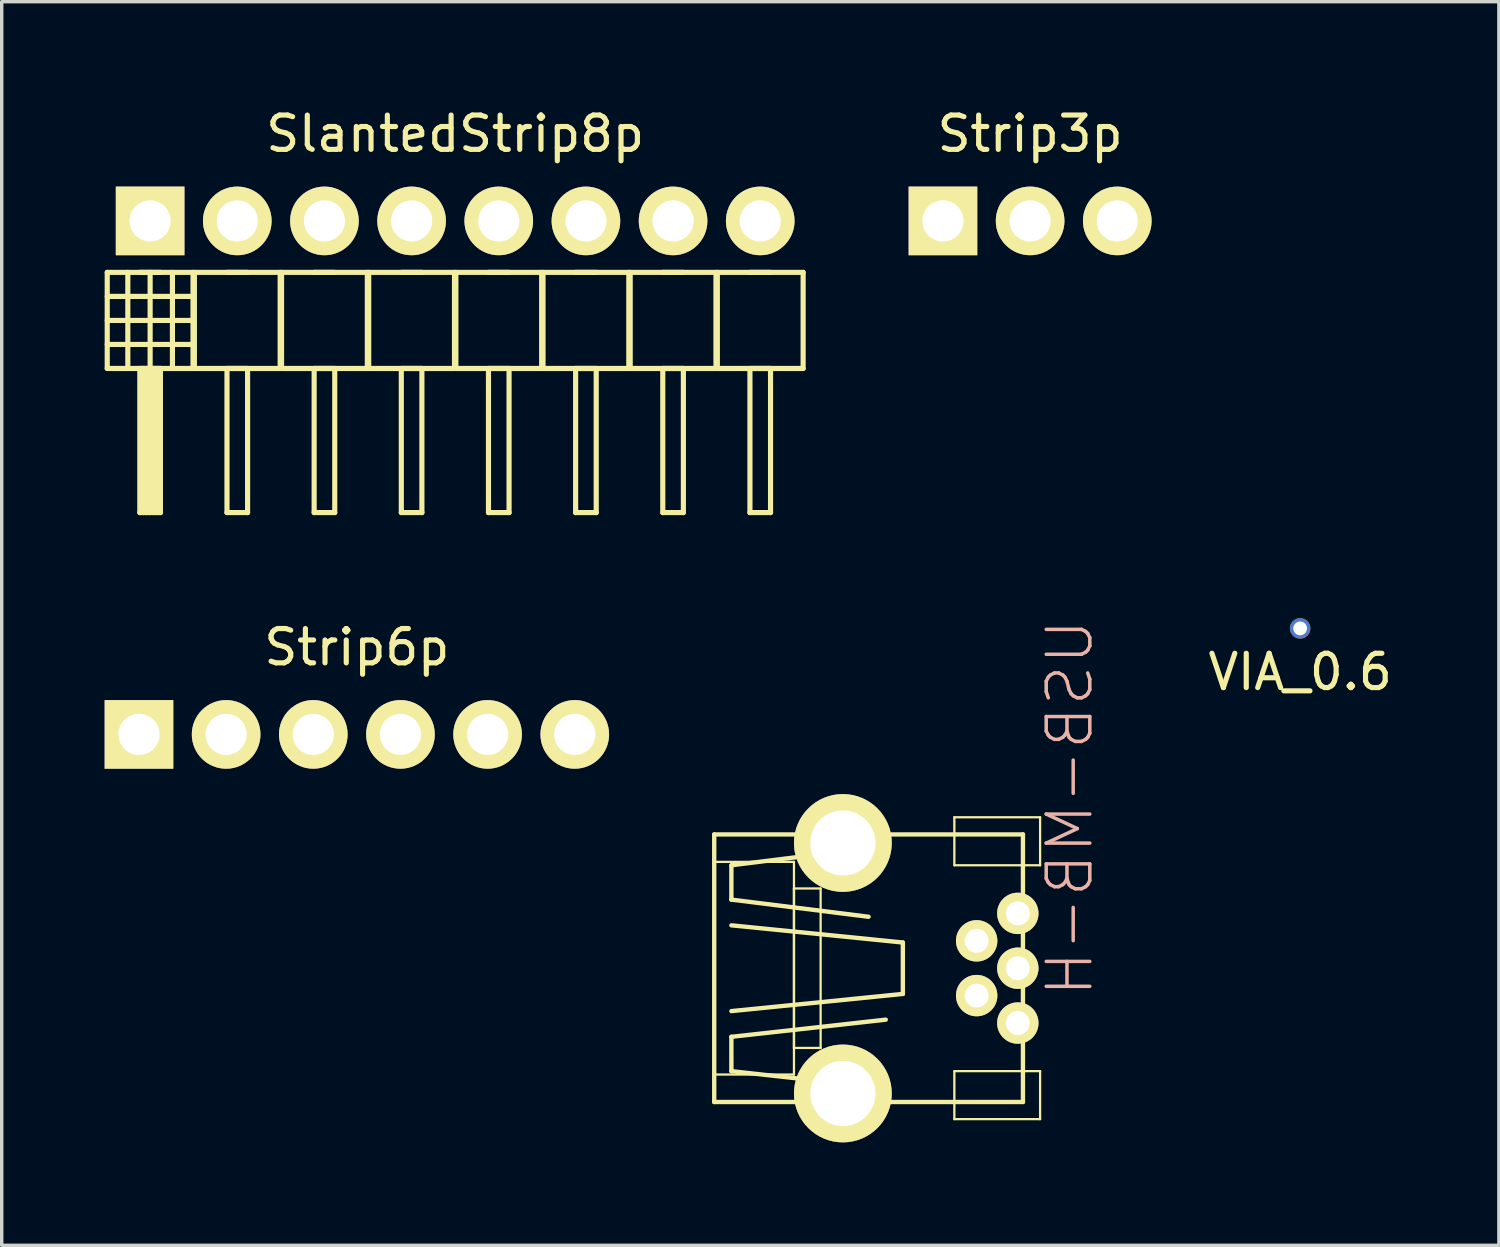
<source format=kicad_pcb>
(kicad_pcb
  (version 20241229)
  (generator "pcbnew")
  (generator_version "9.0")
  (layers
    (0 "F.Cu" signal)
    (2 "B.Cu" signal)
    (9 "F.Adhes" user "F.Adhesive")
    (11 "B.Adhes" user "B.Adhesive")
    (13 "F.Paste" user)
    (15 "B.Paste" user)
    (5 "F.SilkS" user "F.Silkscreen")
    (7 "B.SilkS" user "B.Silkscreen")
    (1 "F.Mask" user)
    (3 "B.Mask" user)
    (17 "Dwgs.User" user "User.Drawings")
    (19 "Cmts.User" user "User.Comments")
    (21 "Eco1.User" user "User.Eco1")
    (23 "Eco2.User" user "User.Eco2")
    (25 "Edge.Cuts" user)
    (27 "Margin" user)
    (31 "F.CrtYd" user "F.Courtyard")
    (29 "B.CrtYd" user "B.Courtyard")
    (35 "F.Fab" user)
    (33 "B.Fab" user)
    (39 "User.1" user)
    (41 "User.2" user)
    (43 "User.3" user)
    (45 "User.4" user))
  (footprint "SlantedStrip8p"
    (layer "F.Cu")
    (at 1.325 3.388)
    (property "Reference" "SlantedStrip8p" (at 8.89 -2.54 0) (layer "F.SilkS") (effects (font (size 1 1) (thickness 0.15))))
    (attr through_hole)
    (fp_line (start -1.25 1.5) (end -1.25 4.3) (stroke (width 0.15) (type solid)) (layer "F.SilkS"))
    (fp_line (start -1.25 1.5) (end 1.25 1.5) (stroke (width 0.15) (type solid)) (layer "F.SilkS"))
    (fp_line (start -1.25 2.2) (end 1.25 2.2) (stroke (width 0.15) (type solid)) (layer "F.SilkS"))
    (fp_line (start -1.25 2.9) (end 1.25 2.9) (stroke (width 0.15) (type solid)) (layer "F.SilkS"))
    (fp_line (start -1.25 3.6) (end 1.25 3.6) (stroke (width 0.15) (type solid)) (layer "F.SilkS"))
    (fp_line (start -1.25 4.3) (end 1.25 4.3) (stroke (width 0.15) (type solid)) (layer "F.SilkS"))
    (fp_line (start -0.65 1.5) (end -0.65 4.3) (stroke (width 0.15) (type solid)) (layer "F.SilkS"))
    (fp_line (start -0.3 4.3) (end -0.3 8.5) (stroke (width 0.15) (type solid)) (layer "F.SilkS"))
    (fp_line (start -0.3 8.5) (end 0.3 8.5) (stroke (width 0.15) (type solid)) (layer "F.SilkS"))
    (fp_line (start -0.2 8.5) (end -0.2 4.3) (stroke (width 0.15) (type solid)) (layer "F.SilkS"))
    (fp_line (start -0.1 4.3) (end -0.1 8.5) (stroke (width 0.15) (type solid)) (layer "F.SilkS"))
    (fp_line (start 0 1.5) (end 0 4.3) (stroke (width 0.15) (type solid)) (layer "F.SilkS"))
    (fp_line (start 0 8.5) (end 0 4.3) (stroke (width 0.15) (type solid)) (layer "F.SilkS"))
    (fp_line (start 0.1 4.3) (end 0.1 8.5) (stroke (width 0.15) (type solid)) (layer "F.SilkS"))
    (fp_line (start 0.2 8.5) (end 0.2 4.3) (stroke (width 0.15) (type solid)) (layer "F.SilkS"))
    (fp_line (start 0.3 1.5) (end -0.3 1.5) (stroke (width 0.15) (type solid)) (layer "F.SilkS"))
    (fp_line (start 0.3 4.3) (end -0.3 4.3) (stroke (width 0.15) (type solid)) (layer "F.SilkS"))
    (fp_line (start 0.3 4.3) (end 0.3 8.5) (stroke (width 0.15) (type solid)) (layer "F.SilkS"))
    (fp_line (start 0.65 1.5) (end 0.65 4.3) (stroke (width 0.15) (type solid)) (layer "F.SilkS"))
    (fp_line (start 1.25 1.5) (end 1.25 4.3) (stroke (width 0.15) (type solid)) (layer "F.SilkS"))
    (fp_line (start 1.29 1.5) (end 1.29 4.3) (stroke (width 0.15) (type solid)) (layer "F.SilkS"))
    (fp_line (start 1.29 1.5) (end 3.79 1.5) (stroke (width 0.15) (type solid)) (layer "F.SilkS"))
    (fp_line (start 1.29 4.3) (end 3.79 4.3) (stroke (width 0.15) (type solid)) (layer "F.SilkS"))
    (fp_line (start 2.24 4.3) (end 2.24 8.5) (stroke (width 0.15) (type solid)) (layer "F.SilkS"))
    (fp_line (start 2.24 8.5) (end 2.84 8.5) (stroke (width 0.15) (type solid)) (layer "F.SilkS"))
    (fp_line (start 2.84 1.5) (end 2.24 1.5) (stroke (width 0.15) (type solid)) (layer "F.SilkS"))
    (fp_line (start 2.84 4.3) (end 2.24 4.3) (stroke (width 0.15) (type solid)) (layer "F.SilkS"))
    (fp_line (start 2.84 4.3) (end 2.84 8.5) (stroke (width 0.15) (type solid)) (layer "F.SilkS"))
    (fp_line (start 3.79 1.5) (end 3.79 4.3) (stroke (width 0.15) (type solid)) (layer "F.SilkS"))
    (fp_line (start 3.83 1.5) (end 3.83 4.3) (stroke (width 0.15) (type solid)) (layer "F.SilkS"))
    (fp_line (start 3.83 1.5) (end 6.33 1.5) (stroke (width 0.15) (type solid)) (layer "F.SilkS"))
    (fp_line (start 3.83 4.3) (end 6.33 4.3) (stroke (width 0.15) (type solid)) (layer "F.SilkS"))
    (fp_line (start 4.78 4.3) (end 4.78 8.5) (stroke (width 0.15) (type solid)) (layer "F.SilkS"))
    (fp_line (start 4.78 8.5) (end 5.38 8.5) (stroke (width 0.15) (type solid)) (layer "F.SilkS"))
    (fp_line (start 5.38 1.5) (end 4.78 1.5) (stroke (width 0.15) (type solid)) (layer "F.SilkS"))
    (fp_line (start 5.38 4.3) (end 4.78 4.3) (stroke (width 0.15) (type solid)) (layer "F.SilkS"))
    (fp_line (start 5.38 4.3) (end 5.38 8.5) (stroke (width 0.15) (type solid)) (layer "F.SilkS"))
    (fp_line (start 6.33 1.5) (end 6.33 4.3) (stroke (width 0.15) (type solid)) (layer "F.SilkS"))
    (fp_line (start 6.37 1.5) (end 6.37 4.3) (stroke (width 0.15) (type solid)) (layer "F.SilkS"))
    (fp_line (start 6.37 1.5) (end 8.87 1.5) (stroke (width 0.15) (type solid)) (layer "F.SilkS"))
    (fp_line (start 6.37 4.3) (end 8.87 4.3) (stroke (width 0.15) (type solid)) (layer "F.SilkS"))
    (fp_line (start 7.32 4.3) (end 7.32 8.5) (stroke (width 0.15) (type solid)) (layer "F.SilkS"))
    (fp_line (start 7.32 8.5) (end 7.92 8.5) (stroke (width 0.15) (type solid)) (layer "F.SilkS"))
    (fp_line (start 7.92 1.5) (end 7.32 1.5) (stroke (width 0.15) (type solid)) (layer "F.SilkS"))
    (fp_line (start 7.92 4.3) (end 7.32 4.3) (stroke (width 0.15) (type solid)) (layer "F.SilkS"))
    (fp_line (start 7.92 4.3) (end 7.92 8.5) (stroke (width 0.15) (type solid)) (layer "F.SilkS"))
    (fp_line (start 8.87 1.5) (end 8.87 4.3) (stroke (width 0.15) (type solid)) (layer "F.SilkS"))
    (fp_line (start 8.91 1.5) (end 8.91 4.3) (stroke (width 0.15) (type solid)) (layer "F.SilkS"))
    (fp_line (start 8.91 1.5) (end 11.41 1.5) (stroke (width 0.15) (type solid)) (layer "F.SilkS"))
    (fp_line (start 8.91 4.3) (end 11.41 4.3) (stroke (width 0.15) (type solid)) (layer "F.SilkS"))
    (fp_line (start 9.86 4.3) (end 9.86 8.5) (stroke (width 0.15) (type solid)) (layer "F.SilkS"))
    (fp_line (start 9.86 8.5) (end 10.46 8.5) (stroke (width 0.15) (type solid)) (layer "F.SilkS"))
    (fp_line (start 10.46 1.5) (end 9.86 1.5) (stroke (width 0.15) (type solid)) (layer "F.SilkS"))
    (fp_line (start 10.46 4.3) (end 9.86 4.3) (stroke (width 0.15) (type solid)) (layer "F.SilkS"))
    (fp_line (start 10.46 4.3) (end 10.46 8.5) (stroke (width 0.15) (type solid)) (layer "F.SilkS"))
    (fp_line (start 11.41 1.5) (end 11.41 4.3) (stroke (width 0.15) (type solid)) (layer "F.SilkS"))
    (fp_line (start 11.45 1.5) (end 11.45 4.3) (stroke (width 0.15) (type solid)) (layer "F.SilkS"))
    (fp_line (start 11.45 1.5) (end 13.95 1.5) (stroke (width 0.15) (type solid)) (layer "F.SilkS"))
    (fp_line (start 11.45 4.3) (end 13.95 4.3) (stroke (width 0.15) (type solid)) (layer "F.SilkS"))
    (fp_line (start 12.4 4.3) (end 12.4 8.5) (stroke (width 0.15) (type solid)) (layer "F.SilkS"))
    (fp_line (start 12.4 8.5) (end 13 8.5) (stroke (width 0.15) (type solid)) (layer "F.SilkS"))
    (fp_line (start 13 1.5) (end 12.4 1.5) (stroke (width 0.15) (type solid)) (layer "F.SilkS"))
    (fp_line (start 13 4.3) (end 12.4 4.3) (stroke (width 0.15) (type solid)) (layer "F.SilkS"))
    (fp_line (start 13 4.3) (end 13 8.5) (stroke (width 0.15) (type solid)) (layer "F.SilkS"))
    (fp_line (start 13.95 1.5) (end 13.95 4.3) (stroke (width 0.15) (type solid)) (layer "F.SilkS"))
    (fp_line (start 13.99 1.5) (end 13.99 4.3) (stroke (width 0.15) (type solid)) (layer "F.SilkS"))
    (fp_line (start 13.99 1.5) (end 16.49 1.5) (stroke (width 0.15) (type solid)) (layer "F.SilkS"))
    (fp_line (start 13.99 4.3) (end 16.49 4.3) (stroke (width 0.15) (type solid)) (layer "F.SilkS"))
    (fp_line (start 14.94 4.3) (end 14.94 8.5) (stroke (width 0.15) (type solid)) (layer "F.SilkS"))
    (fp_line (start 14.94 8.5) (end 15.54 8.5) (stroke (width 0.15) (type solid)) (layer "F.SilkS"))
    (fp_line (start 15.54 1.5) (end 14.94 1.5) (stroke (width 0.15) (type solid)) (layer "F.SilkS"))
    (fp_line (start 15.54 4.3) (end 14.94 4.3) (stroke (width 0.15) (type solid)) (layer "F.SilkS"))
    (fp_line (start 15.54 4.3) (end 15.54 8.5) (stroke (width 0.15) (type solid)) (layer "F.SilkS"))
    (fp_line (start 16.49 1.5) (end 16.49 4.3) (stroke (width 0.15) (type solid)) (layer "F.SilkS"))
    (fp_line (start 16.53 1.5) (end 16.53 4.3) (stroke (width 0.15) (type solid)) (layer "F.SilkS"))
    (fp_line (start 16.53 1.5) (end 19.03 1.5) (stroke (width 0.15) (type solid)) (layer "F.SilkS"))
    (fp_line (start 16.53 4.3) (end 19.03 4.3) (stroke (width 0.15) (type solid)) (layer "F.SilkS"))
    (fp_line (start 17.48 4.3) (end 17.48 8.5) (stroke (width 0.15) (type solid)) (layer "F.SilkS"))
    (fp_line (start 17.48 8.5) (end 18.08 8.5) (stroke (width 0.15) (type solid)) (layer "F.SilkS"))
    (fp_line (start 18.08 1.5) (end 17.48 1.5) (stroke (width 0.15) (type solid)) (layer "F.SilkS"))
    (fp_line (start 18.08 4.3) (end 17.48 4.3) (stroke (width 0.15) (type solid)) (layer "F.SilkS"))
    (fp_line (start 18.08 4.3) (end 18.08 8.5) (stroke (width 0.15) (type solid)) (layer "F.SilkS"))
    (fp_line (start 19.03 1.5) (end 19.03 4.3) (stroke (width 0.15) (type solid)) (layer "F.SilkS"))
    (pad "1" thru_hole rect (at 0 0) (size 2 2) (drill 1.2) (layers "*.Cu" "*.Mask" "F.SilkS"))
    (pad "2" thru_hole circle (at 2.54 0) (size 2 2) (drill 1.2) (layers "*.Cu" "*.Mask" "F.SilkS"))
    (pad "3" thru_hole circle (at 5.08 0) (size 2 2) (drill 1.2) (layers "*.Cu" "*.Mask" "F.SilkS"))
    (pad "4" thru_hole circle (at 7.62 0) (size 2 2) (drill 1.2) (layers "*.Cu" "*.Mask" "F.SilkS"))
    (pad "5" thru_hole circle (at 10.16 0) (size 2 2) (drill 1.2) (layers "*.Cu" "*.Mask" "F.SilkS"))
    (pad "6" thru_hole circle (at 12.7 0) (size 2 2) (drill 1.2) (layers "*.Cu" "*.Mask" "F.SilkS"))
    (pad "7" thru_hole circle (at 15.24 0) (size 2 2) (drill 1.2) (layers "*.Cu" "*.Mask" "F.SilkS"))
    (pad "8" thru_hole circle (at 17.78 0) (size 2 2) (drill 1.2) (layers "*.Cu" "*.Mask" "F.SilkS")))
  (footprint "Strip6p"
    (layer "F.Cu")
    (at 1 18.352)
    (property "Reference" "Strip6p" (at 6.35 -2.54 0) (layer "F.SilkS") (effects (font (size 1 1) (thickness 0.15))))
    (attr through_hole)
    (pad "1" thru_hole rect (at 0 0) (size 2 2) (drill 1.2) (layers "*.Cu" "*.Mask" "F.SilkS"))
    (pad "2" thru_hole circle (at 2.54 0) (size 2 2) (drill 1.2) (layers "*.Cu" "*.Mask" "F.SilkS"))
    (pad "3" thru_hole circle (at 5.08 0) (size 2 2) (drill 1.2) (layers "*.Cu" "*.Mask" "F.SilkS"))
    (pad "4" thru_hole circle (at 7.62 0) (size 2 2) (drill 1.2) (layers "*.Cu" "*.Mask" "F.SilkS"))
    (pad "5" thru_hole circle (at 10.16 0) (size 2 2) (drill 1.2) (layers "*.Cu" "*.Mask" "F.SilkS"))
    (pad "6" thru_hole circle (at 12.7 0) (size 2 2) (drill 1.2) (layers "*.Cu" "*.Mask" "F.SilkS")))
  (footprint "Strip3p"
    (layer "F.Cu")
    (at 24.43 3.388)
    (property "Reference" "Strip3p" (at 2.54 -2.54 0) (layer "F.SilkS") (effects (font (size 1 1) (thickness 0.15))))
    (attr through_hole)
    (pad "1" thru_hole rect (at 0 0) (size 2 2) (drill 1.2) (layers "*.Cu" "*.Mask" "F.SilkS"))
    (pad "2" thru_hole circle (at 2.54 0) (size 2 2) (drill 1.2) (layers "*.Cu" "*.Mask" "F.SilkS"))
    (pad "3" thru_hole circle (at 5.08 0) (size 2 2) (drill 1.2) (layers "*.Cu" "*.Mask" "F.SilkS")))
  (footprint "USB-MB-H"
    (layer "F.Cu")
    (at 21.513 25.166)
    (property "Reference" "USB-MB-H" (at 6.614 -4.674 90) (layer "B.SilkS") (effects (font (size 1.27 1.27) (thickness 0.102)) (justify mirror)))
    (attr exclude_from_pos_files exclude_from_bom)
    (fp_line (start -3.749 -3.899) (end -3.749 3.899) (stroke (width 0.127) (type solid)) (layer "F.SilkS"))
    (fp_line (start -3.749 -3.899) (end 5.248 -3.899) (stroke (width 0.127) (type solid)) (layer "F.SilkS"))
    (fp_line (start -3.749 -3.099) (end -1.425 -3.099) (stroke (width 0.066) (type solid)) (layer "F.SilkS"))
    (fp_line (start -3.749 3.099) (end -3.749 -3.099) (stroke (width 0.066) (type solid)) (layer "F.SilkS"))
    (fp_line (start -3.749 3.099) (end -1.425 3.099) (stroke (width 0.066) (type solid)) (layer "F.SilkS"))
    (fp_line (start -3.749 3.899) (end 5.248 3.899) (stroke (width 0.127) (type solid)) (layer "F.SilkS"))
    (fp_line (start -3.249 -3) (end -3.249 -1.999) (stroke (width 0.127) (type solid)) (layer "F.SilkS"))
    (fp_line (start -3.249 -1.999) (end 0.749 -1.499) (stroke (width 0.127) (type solid)) (layer "F.SilkS"))
    (fp_line (start -3.249 -1.25) (end 1.748 -0.749) (stroke (width 0.127) (type solid)) (layer "F.SilkS"))
    (fp_line (start -3.249 1.999) (end 1.25 1.499) (stroke (width 0.127) (type solid)) (layer "F.SilkS"))
    (fp_line (start -3.249 3) (end -3.249 1.999) (stroke (width 0.127) (type solid)) (layer "F.SilkS"))
    (fp_line (start -1.425 -2.324) (end -0.648 -2.324) (stroke (width 0.066) (type solid)) (layer "F.SilkS"))
    (fp_line (start -1.425 2.324) (end -1.425 -2.324) (stroke (width 0.066) (type solid)) (layer "F.SilkS"))
    (fp_line (start -1.425 2.324) (end -0.648 2.324) (stroke (width 0.066) (type solid)) (layer "F.SilkS"))
    (fp_line (start -1.425 3.099) (end -1.425 -3.099) (stroke (width 0.066) (type solid)) (layer "F.SilkS"))
    (fp_line (start -0.648 2.324) (end -0.648 -2.324) (stroke (width 0.066) (type solid)) (layer "F.SilkS"))
    (fp_line (start 0.749 -3.498) (end -3.249 -3) (stroke (width 0.127) (type solid)) (layer "F.SilkS"))
    (fp_line (start 1.25 3.498) (end -3.249 3) (stroke (width 0.127) (type solid)) (layer "F.SilkS"))
    (fp_line (start 1.748 -0.749) (end 1.748 0.749) (stroke (width 0.127) (type solid)) (layer "F.SilkS"))
    (fp_line (start 1.748 0.749) (end -3.249 1.25) (stroke (width 0.127) (type solid)) (layer "F.SilkS"))
    (fp_line (start 3.249 -4.399) (end 5.748 -4.399) (stroke (width 0.066) (type solid)) (layer "F.SilkS"))
    (fp_line (start 3.249 -3) (end 3.249 -4.399) (stroke (width 0.066) (type solid)) (layer "F.SilkS"))
    (fp_line (start 3.249 -3) (end 5.748 -3) (stroke (width 0.066) (type solid)) (layer "F.SilkS"))
    (fp_line (start 3.249 3) (end 5.748 3) (stroke (width 0.066) (type solid)) (layer "F.SilkS"))
    (fp_line (start 3.249 4.399) (end 3.249 3) (stroke (width 0.066) (type solid)) (layer "F.SilkS"))
    (fp_line (start 3.249 4.399) (end 5.748 4.399) (stroke (width 0.066) (type solid)) (layer "F.SilkS"))
    (fp_line (start 5.248 -3.899) (end 5.248 3.899) (stroke (width 0.127) (type solid)) (layer "F.SilkS"))
    (fp_line (start 5.748 -3) (end 5.748 -4.399) (stroke (width 0.066) (type solid)) (layer "F.SilkS"))
    (fp_line (start 5.748 4.399) (end 5.748 3) (stroke (width 0.066) (type solid)) (layer "F.SilkS"))
    (pad "D+" thru_hole circle (at 5.098 0) (size 1.206 1.206) (drill 0.699) (layers "*.Cu" "F.Mask" "F.SilkS" "F.Paste"))
    (pad "D-" thru_hole circle (at 3.899 -0.798) (size 1.206 1.206) (drill 0.699) (layers "*.Cu" "F.Mask" "F.SilkS" "F.Paste"))
    (pad "GND" thru_hole circle (at 5.098 1.598) (size 1.206 1.206) (drill 0.699) (layers "*.Cu" "F.Mask" "F.SilkS" "F.Paste"))
    (pad "ID" thru_hole circle (at 3.899 0.798) (size 1.206 1.206) (drill 0.699) (layers "*.Cu" "F.Mask" "F.SilkS" "F.Paste"))
    (pad "P$6" thru_hole circle (at 0 3.65) (size 2.85 2.85) (drill 1.9) (layers "*.Cu" "F.Mask" "F.SilkS" "F.Paste"))
    (pad "P$7" thru_hole circle (at 0 -3.65) (size 2.85 2.85) (drill 1.9) (layers "*.Cu" "F.Mask" "F.SilkS" "F.Paste"))
    (pad "VBUS" thru_hole circle (at 5.098 -1.598) (size 1.206 1.206) (drill 0.699) (layers "*.Cu" "F.Mask" "F.SilkS" "F.Paste")))
  (footprint "VIA_0.6"
    (layer "F.Cu")
    (at 34.84 15.263)
    (property "Reference" "VIA_0.6" (at 0 1.27 0) (layer "F.SilkS") (effects (font (size 1 1) (thickness 0.15))))
    (attr through_hole)
    (pad "1" thru_hole circle (at 0 0) (size 0.6 0.6) (drill 0.4) (layers "*.Cu")))
  (gr_rect
    (start -3 -3)
    (end 40.631 33.241)
    (stroke (width 0.1) (type default))
    (fill no)
    (layer "Edge.Cuts")))
</source>
